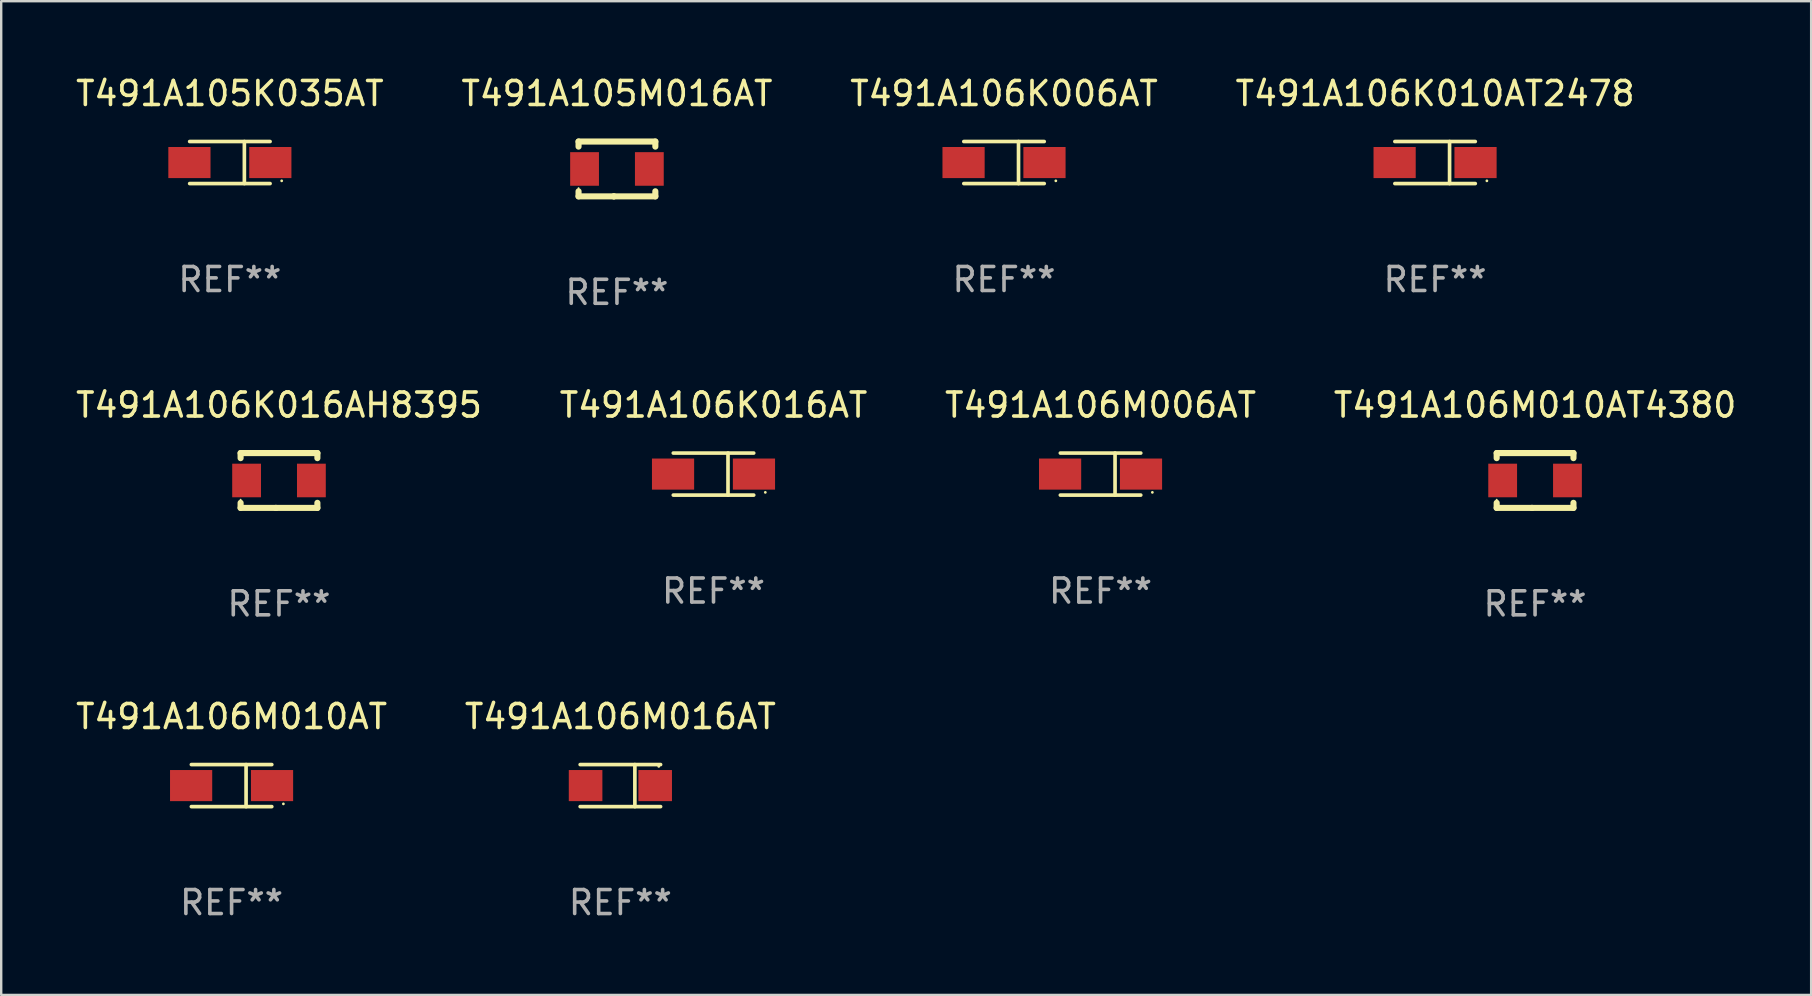
<source format=kicad_pcb>
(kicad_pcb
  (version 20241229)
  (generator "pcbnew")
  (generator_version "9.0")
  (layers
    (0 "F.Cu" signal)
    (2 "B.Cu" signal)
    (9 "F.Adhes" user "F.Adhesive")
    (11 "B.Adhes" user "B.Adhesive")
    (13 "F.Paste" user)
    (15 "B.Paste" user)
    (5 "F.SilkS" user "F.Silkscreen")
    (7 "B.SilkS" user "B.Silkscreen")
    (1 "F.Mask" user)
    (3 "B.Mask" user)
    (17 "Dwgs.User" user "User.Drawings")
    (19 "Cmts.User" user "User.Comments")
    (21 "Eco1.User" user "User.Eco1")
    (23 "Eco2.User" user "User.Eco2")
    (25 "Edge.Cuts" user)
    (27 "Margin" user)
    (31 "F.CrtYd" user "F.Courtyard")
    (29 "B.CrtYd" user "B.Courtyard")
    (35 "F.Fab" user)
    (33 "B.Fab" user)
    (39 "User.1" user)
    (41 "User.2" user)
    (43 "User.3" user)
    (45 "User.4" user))
  (footprint "T491A106K016AT"
    (layer "F.Cu")
    (at 26.685 16.707)
    (property "Reference" "T491A106K016AT" (at 0 -2.876 0) (layer "F.SilkS") (effects (font (size 1 1) (thickness 0.15))))
    (attr through_hole)
    (fp_line (start -1.676 -0.876) (end 1.676 -0.876) (stroke (width 0.152) (type solid)) (layer "F.SilkS"))
    (fp_line (start -1.676 0.876) (end 1.676 0.876) (stroke (width 0.152) (type solid)) (layer "F.SilkS"))
    (fp_line (start 0.604 -0.876) (end 0.604 0.876) (stroke (width 0.152) (type solid)) (layer "F.SilkS"))
    (fp_circle (center 2.159 0.762) (end 2.189 0.762) (stroke (width 0.06) (type solid)) (fill no) (layer "F.SilkS"))
    (fp_text user "REF**" (at 0 4.876 0) (layer "F.Fab") (effects (font (size 1 1) (thickness 0.15))))
    (pad "1" smd rect (at 1.686 0) (size 1.758 1.296) (layers "F.Cu" "F.Mask" "F.Paste"))
    (pad "2" smd rect (at -1.686 0) (size 1.758 1.296) (layers "F.Cu" "F.Mask" "F.Paste")))
  (footprint "T491A106K006AT"
    (layer "F.Cu")
    (at 38.792 3.724)
    (property "Reference" "T491A106K006AT" (at 0 -2.876 0) (layer "F.SilkS") (effects (font (size 1 1) (thickness 0.15))))
    (attr through_hole)
    (fp_line (start -1.676 -0.876) (end 1.676 -0.876) (stroke (width 0.152) (type solid)) (layer "F.SilkS"))
    (fp_line (start -1.676 0.876) (end 1.676 0.876) (stroke (width 0.152) (type solid)) (layer "F.SilkS"))
    (fp_line (start 0.604 -0.876) (end 0.604 0.876) (stroke (width 0.152) (type solid)) (layer "F.SilkS"))
    (fp_circle (center 2.159 0.762) (end 2.189 0.762) (stroke (width 0.06) (type solid)) (fill no) (layer "F.SilkS"))
    (fp_text user "REF**" (at 0 4.876 0) (layer "F.Fab") (effects (font (size 1 1) (thickness 0.15))))
    (pad "1" smd rect (at 1.686 0) (size 1.758 1.296) (layers "F.Cu" "F.Mask" "F.Paste"))
    (pad "2" smd rect (at -1.686 0) (size 1.758 1.296) (layers "F.Cu" "F.Mask" "F.Paste")))
  (footprint "T491A105M016AT"
    (layer "F.Cu")
    (at 22.661 3.991)
    (property "Reference" "T491A105M016AT" (at 0 -3.143 0) (layer "F.SilkS") (effects (font (size 1 1) (thickness 0.15))))
    (attr through_hole)
    (fp_line (start -1.6 1.143) (end -0.128 1.143) (stroke (width 0.254) (type solid)) (layer "F.SilkS"))
    (fp_line (start -1.6 -1.143) (end -1.6 -0.931) (stroke (width 0.254) (type solid)) (layer "F.SilkS"))
    (fp_line (start -1.6 -1.143) (end 1.6 -1.143) (stroke (width 0.254) (type solid)) (layer "F.SilkS"))
    (fp_line (start -1.6 0.931) (end -1.6 1.143) (stroke (width 0.254) (type solid)) (layer "F.SilkS"))
    (fp_line (start -0.128 1.143) (end -0.128 1.143) (stroke (width 0.254) (type solid)) (layer "F.SilkS"))
    (fp_line (start -0.128 1.143) (end 1.6 1.143) (stroke (width 0.254) (type solid)) (layer "F.SilkS"))
    (fp_line (start 1.6 -1.143) (end 1.6 -0.931) (stroke (width 0.254) (type solid)) (layer "F.SilkS"))
    (fp_line (start 1.6 0.931) (end 1.6 1.143) (stroke (width 0.254) (type solid)) (layer "F.SilkS"))
    (fp_circle (center -1.6 0.8) (end -1.58 0.8) (stroke (width 0.04) (type solid)) (fill no) (layer "F.SilkS"))
    (fp_text user "REF**" (at 0 5.143 0) (layer "F.Fab") (effects (font (size 1 1) (thickness 0.15))))
    (pad "1" smd rect (at -1.35 0) (size 1.2 1.4) (layers "F.Cu" "F.Mask" "F.Paste"))
    (pad "2" smd rect (at 1.35 0) (size 1.2 1.4) (layers "F.Cu" "F.Mask" "F.Paste")))
  (footprint "T491A105K035AT"
    (layer "F.Cu")
    (at 6.53 3.724)
    (property "Reference" "T491A105K035AT" (at 0 -2.876 0) (layer "F.SilkS") (effects (font (size 1 1) (thickness 0.15))))
    (attr through_hole)
    (fp_line (start -1.676 -0.876) (end 1.676 -0.876) (stroke (width 0.152) (type solid)) (layer "F.SilkS"))
    (fp_line (start -1.676 0.876) (end 1.676 0.876) (stroke (width 0.152) (type solid)) (layer "F.SilkS"))
    (fp_line (start 0.604 -0.876) (end 0.604 0.876) (stroke (width 0.152) (type solid)) (layer "F.SilkS"))
    (fp_circle (center 2.159 0.762) (end 2.189 0.762) (stroke (width 0.06) (type solid)) (fill no) (layer "F.SilkS"))
    (fp_text user "REF**" (at 0 4.876 0) (layer "F.Fab") (effects (font (size 1 1) (thickness 0.15))))
    (pad "1" smd rect (at 1.686 0) (size 1.758 1.296) (layers "F.Cu" "F.Mask" "F.Paste"))
    (pad "2" smd rect (at -1.686 0) (size 1.758 1.296) (layers "F.Cu" "F.Mask" "F.Paste")))
  (footprint "T491A106M010AT"
    (layer "F.Cu")
    (at 6.601 29.689)
    (property "Reference" "T491A106M010AT" (at 0 -2.876 0) (layer "F.SilkS") (effects (font (size 1 1) (thickness 0.15))))
    (attr through_hole)
    (fp_line (start -1.676 -0.876) (end 1.676 -0.876) (stroke (width 0.152) (type solid)) (layer "F.SilkS"))
    (fp_line (start -1.676 0.876) (end 1.676 0.876) (stroke (width 0.152) (type solid)) (layer "F.SilkS"))
    (fp_line (start 0.604 -0.876) (end 0.604 0.876) (stroke (width 0.152) (type solid)) (layer "F.SilkS"))
    (fp_circle (center 2.159 0.762) (end 2.189 0.762) (stroke (width 0.06) (type solid)) (fill no) (layer "F.SilkS"))
    (fp_text user "REF**" (at 0 4.876 0) (layer "F.Fab") (effects (font (size 1 1) (thickness 0.15))))
    (pad "1" smd rect (at 1.686 0) (size 1.758 1.296) (layers "F.Cu" "F.Mask" "F.Paste"))
    (pad "2" smd rect (at -1.686 0) (size 1.758 1.296) (layers "F.Cu" "F.Mask" "F.Paste")))
  (footprint "T491A106M010AT4380"
    (layer "F.Cu")
    (at 60.923 16.974)
    (property "Reference" "T491A106M010AT4380" (at 0 -3.143 0) (layer "F.SilkS") (effects (font (size 1 1) (thickness 0.15))))
    (attr through_hole)
    (fp_line (start -1.6 1.143) (end -0.128 1.143) (stroke (width 0.254) (type solid)) (layer "F.SilkS"))
    (fp_line (start -1.6 -1.143) (end -1.6 -0.931) (stroke (width 0.254) (type solid)) (layer "F.SilkS"))
    (fp_line (start -1.6 -1.143) (end 1.6 -1.143) (stroke (width 0.254) (type solid)) (layer "F.SilkS"))
    (fp_line (start -1.6 0.931) (end -1.6 1.143) (stroke (width 0.254) (type solid)) (layer "F.SilkS"))
    (fp_line (start -0.128 1.143) (end -0.128 1.143) (stroke (width 0.254) (type solid)) (layer "F.SilkS"))
    (fp_line (start -0.128 1.143) (end 1.6 1.143) (stroke (width 0.254) (type solid)) (layer "F.SilkS"))
    (fp_line (start 1.6 -1.143) (end 1.6 -0.931) (stroke (width 0.254) (type solid)) (layer "F.SilkS"))
    (fp_line (start 1.6 0.931) (end 1.6 1.143) (stroke (width 0.254) (type solid)) (layer "F.SilkS"))
    (fp_circle (center -1.6 0.8) (end -1.58 0.8) (stroke (width 0.04) (type solid)) (fill no) (layer "F.SilkS"))
    (fp_text user "REF**" (at 0 5.143 0) (layer "F.Fab") (effects (font (size 1 1) (thickness 0.15))))
    (pad "1" smd rect (at -1.35 0) (size 1.2 1.4) (layers "F.Cu" "F.Mask" "F.Paste"))
    (pad "2" smd rect (at 1.35 0) (size 1.2 1.4) (layers "F.Cu" "F.Mask" "F.Paste")))
  (footprint "T491A106M016AT"
    (layer "F.Cu")
    (at 22.804 29.689)
    (property "Reference" "T491A106M016AT" (at 0 -2.876 0) (layer "F.SilkS") (effects (font (size 1 1) (thickness 0.15))))
    (attr through_hole)
    (fp_line (start -1.676 -0.876) (end 1.676 -0.876) (stroke (width 0.152) (type solid)) (layer "F.SilkS"))
    (fp_line (start -1.676 0.876) (end 1.676 0.876) (stroke (width 0.152) (type solid)) (layer "F.SilkS"))
    (fp_line (start 0.604 -0.876) (end 0.604 0.876) (stroke (width 0.152) (type solid)) (layer "F.SilkS"))
    (fp_circle (center 1.6 -0.8) (end 1.63 -0.8) (stroke (width 0.06) (type solid)) (fill no) (layer "F.SilkS"))
    (fp_text user "REF**" (at 0 4.876 0) (layer "F.Fab") (effects (font (size 1 1) (thickness 0.15))))
    (pad "1" smd rect (at 1.45 0) (size 1.4 1.296) (layers "F.Cu" "F.Mask" "F.Paste"))
    (pad "2" smd rect (at -1.45 0) (size 1.4 1.296) (layers "F.Cu" "F.Mask" "F.Paste")))
  (footprint "T491A106K016AH8395"
    (layer "F.Cu")
    (at 8.577 16.974)
    (property "Reference" "T491A106K016AH8395" (at 0 -3.143 0) (layer "F.SilkS") (effects (font (size 1 1) (thickness 0.15))))
    (attr through_hole)
    (fp_line (start -1.6 1.143) (end -0.128 1.143) (stroke (width 0.254) (type solid)) (layer "F.SilkS"))
    (fp_line (start -1.6 -1.143) (end -1.6 -0.931) (stroke (width 0.254) (type solid)) (layer "F.SilkS"))
    (fp_line (start -1.6 -1.143) (end 1.6 -1.143) (stroke (width 0.254) (type solid)) (layer "F.SilkS"))
    (fp_line (start -1.6 0.931) (end -1.6 1.143) (stroke (width 0.254) (type solid)) (layer "F.SilkS"))
    (fp_line (start -0.128 1.143) (end -0.128 1.143) (stroke (width 0.254) (type solid)) (layer "F.SilkS"))
    (fp_line (start -0.128 1.143) (end 1.6 1.143) (stroke (width 0.254) (type solid)) (layer "F.SilkS"))
    (fp_line (start 1.6 -1.143) (end 1.6 -0.931) (stroke (width 0.254) (type solid)) (layer "F.SilkS"))
    (fp_line (start 1.6 0.931) (end 1.6 1.143) (stroke (width 0.254) (type solid)) (layer "F.SilkS"))
    (fp_circle (center -1.6 0.8) (end -1.58 0.8) (stroke (width 0.04) (type solid)) (fill no) (layer "F.SilkS"))
    (fp_text user "REF**" (at 0 5.143 0) (layer "F.Fab") (effects (font (size 1 1) (thickness 0.15))))
    (pad "1" smd rect (at -1.35 0) (size 1.2 1.4) (layers "F.Cu" "F.Mask" "F.Paste"))
    (pad "2" smd rect (at 1.35 0) (size 1.2 1.4) (layers "F.Cu" "F.Mask" "F.Paste")))
  (footprint "T491A106M006AT"
    (layer "F.Cu")
    (at 42.815 16.707)
    (property "Reference" "T491A106M006AT" (at 0 -2.876 0) (layer "F.SilkS") (effects (font (size 1 1) (thickness 0.15))))
    (attr through_hole)
    (fp_line (start -1.676 -0.876) (end 1.676 -0.876) (stroke (width 0.152) (type solid)) (layer "F.SilkS"))
    (fp_line (start -1.676 0.876) (end 1.676 0.876) (stroke (width 0.152) (type solid)) (layer "F.SilkS"))
    (fp_line (start 0.604 -0.876) (end 0.604 0.876) (stroke (width 0.152) (type solid)) (layer "F.SilkS"))
    (fp_circle (center 2.159 0.762) (end 2.189 0.762) (stroke (width 0.06) (type solid)) (fill no) (layer "F.SilkS"))
    (fp_text user "REF**" (at 0 4.876 0) (layer "F.Fab") (effects (font (size 1 1) (thickness 0.15))))
    (pad "1" smd rect (at 1.686 0) (size 1.758 1.296) (layers "F.Cu" "F.Mask" "F.Paste"))
    (pad "2" smd rect (at -1.686 0) (size 1.758 1.296) (layers "F.Cu" "F.Mask" "F.Paste")))
  (footprint "T491A106K010AT2478"
    (layer "F.Cu")
    (at 56.756 3.724)
    (property "Reference" "T491A106K010AT2478" (at 0 -2.876 0) (layer "F.SilkS") (effects (font (size 1 1) (thickness 0.15))))
    (attr through_hole)
    (fp_line (start -1.676 -0.876) (end 1.676 -0.876) (stroke (width 0.152) (type solid)) (layer "F.SilkS"))
    (fp_line (start -1.676 0.876) (end 1.676 0.876) (stroke (width 0.152) (type solid)) (layer "F.SilkS"))
    (fp_line (start 0.604 -0.876) (end 0.604 0.876) (stroke (width 0.152) (type solid)) (layer "F.SilkS"))
    (fp_circle (center 2.159 0.762) (end 2.189 0.762) (stroke (width 0.06) (type solid)) (fill no) (layer "F.SilkS"))
    (fp_text user "REF**" (at 0 4.876 0) (layer "F.Fab") (effects (font (size 1 1) (thickness 0.15))))
    (pad "1" smd rect (at 1.686 0) (size 1.758 1.296) (layers "F.Cu" "F.Mask" "F.Paste"))
    (pad "2" smd rect (at -1.686 0) (size 1.758 1.296) (layers "F.Cu" "F.Mask" "F.Paste")))
  (gr_rect
    (start -3 -3)
    (end 72.429 38.414)
    (stroke (width 0.1) (type default))
    (fill no)
    (layer "Edge.Cuts")))
</source>
